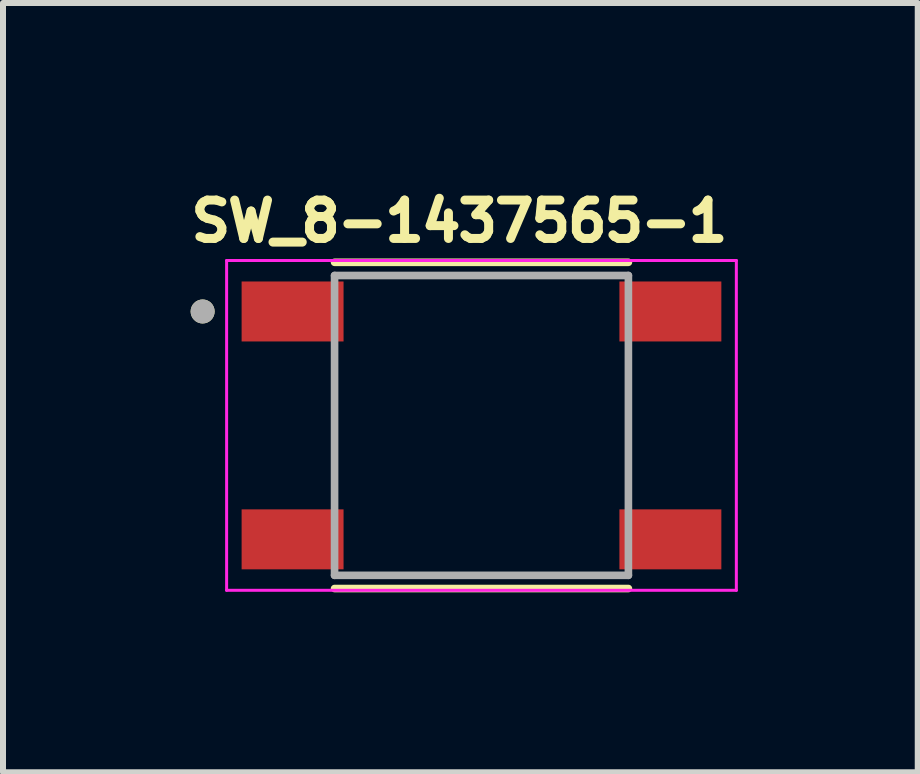
<source format=kicad_pcb>
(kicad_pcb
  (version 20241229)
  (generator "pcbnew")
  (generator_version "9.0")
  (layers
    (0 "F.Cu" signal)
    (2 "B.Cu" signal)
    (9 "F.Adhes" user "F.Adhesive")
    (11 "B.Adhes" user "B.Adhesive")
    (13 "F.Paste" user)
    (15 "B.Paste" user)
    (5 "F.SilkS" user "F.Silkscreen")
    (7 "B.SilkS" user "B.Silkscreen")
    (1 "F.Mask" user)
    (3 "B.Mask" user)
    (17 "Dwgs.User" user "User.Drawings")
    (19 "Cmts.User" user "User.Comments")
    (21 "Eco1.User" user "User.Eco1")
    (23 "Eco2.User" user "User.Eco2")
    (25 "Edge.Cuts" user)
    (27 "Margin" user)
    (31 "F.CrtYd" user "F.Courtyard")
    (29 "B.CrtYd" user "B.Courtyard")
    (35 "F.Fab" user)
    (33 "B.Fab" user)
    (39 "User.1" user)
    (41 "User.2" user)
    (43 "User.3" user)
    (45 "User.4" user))
  (footprint "SW_8-1437565-1"
    (layer "F.Cu")
    (at 4.979 4.044)
    (property "Reference" "SW_8-1437565-1" (at -0.368 -3.406 0) (layer "F.SilkS") (effects (font (size 0.64 0.64) (thickness 0.15))))
    (attr through_hole)
    (fp_line (start 2.45 -2.72) (end -2.45 -2.72) (stroke (width 0.127) (type solid)) (layer "F.SilkS"))
    (fp_line (start 2.45 2.72) (end -2.45 2.72) (stroke (width 0.127) (type solid)) (layer "F.SilkS"))
    (fp_circle (center -4.65 -1.9) (end -4.55 -1.9) (stroke (width 0.2) (type solid)) (fill no) (layer "F.SilkS"))
    (fp_line (start -4.25 -2.75) (end -4.25 2.75) (stroke (width 0.05) (type solid)) (layer "F.CrtYd"))
    (fp_line (start -4.25 2.75) (end 4.25 2.75) (stroke (width 0.05) (type solid)) (layer "F.CrtYd"))
    (fp_line (start 4.25 -2.75) (end -4.25 -2.75) (stroke (width 0.05) (type solid)) (layer "F.CrtYd"))
    (fp_line (start 4.25 2.75) (end 4.25 -2.75) (stroke (width 0.05) (type solid)) (layer "F.CrtYd"))
    (fp_line (start -2.45 -2.5) (end -2.45 2.5) (stroke (width 0.127) (type solid)) (layer "F.Fab"))
    (fp_line (start -2.45 2.5) (end 2.45 2.5) (stroke (width 0.127) (type solid)) (layer "F.Fab"))
    (fp_line (start 2.45 -2.5) (end -2.45 -2.5) (stroke (width 0.127) (type solid)) (layer "F.Fab"))
    (fp_line (start 2.45 2.5) (end 2.45 -2.5) (stroke (width 0.127) (type solid)) (layer "F.Fab"))
    (fp_circle (center -4.65 -1.9) (end -4.55 -1.9) (stroke (width 0.2) (type solid)) (fill no) (layer "F.Fab"))
    (pad "1" smd rect (at -3.15 -1.9) (size 1.7 1) (layers "F.Cu" "F.Mask" "F.Paste"))
    (pad "2" smd rect (at 3.15 -1.9) (size 1.7 1) (layers "F.Cu" "F.Mask" "F.Paste"))
    (pad "3" smd rect (at -3.15 1.9) (size 1.7 1) (layers "F.Cu" "F.Mask" "F.Paste"))
    (pad "4" smd rect (at 3.15 1.9) (size 1.7 1) (layers "F.Cu" "F.Mask" "F.Paste")))
  (gr_rect
    (start -3 -3)
    (end 12.254 9.828)
    (stroke (width 0.1) (type default))
    (fill no)
    (layer "Edge.Cuts")))
</source>
